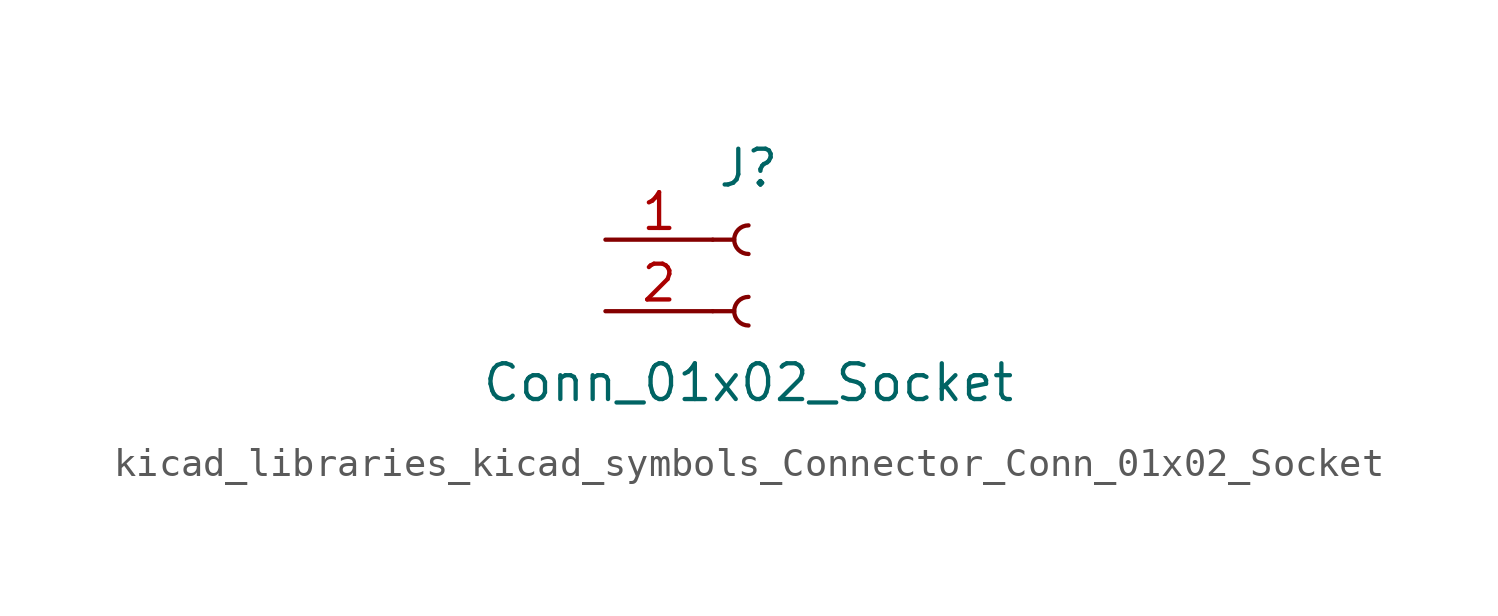
<source format=kicad_sym>
(kicad_symbol_lib
  (version 20220914)
  (generator kicad_symbol_editor)
  (symbol "kicad_libraries_kicad_symbols_Connector_Conn_01x02_Socket"
    (pin_names
      (offset 1.016) hide)
    (property "Reference" "J"
      (at 0 2.54 0)
      (effects (font (size 1.27 1.27))))
    (property "Value" "Conn_01x02_Socket"
      (at 0 -5.08 0)
      (effects (font (size 1.27 1.27))))
    (property "ki_locked" ""
      (at 0 0 0)
      (effects (font (size 1.27 1.27))))
    (symbol "kicad_libraries_kicad_symbols_Connector_Conn_01x02_Socket_1_1"
      (arc (start 0 -2.032) (mid -0.5058 -2.54) (end 0 -3.048) (stroke (width 0.1524) (type default)) (fill (type none)))
      (polyline (pts (xy -1.27 -2.54) (xy -0.508 -2.54)) (stroke (width 0.152) (type default)) (fill (type none)))
      (polyline (pts (xy -1.27 0) (xy -0.508 0)) (stroke (width 0.152) (type default)) (fill (type none)))
      (arc (start 0 0.508) (mid -0.5058 0) (end 0 -0.508) (stroke (width 0.1524) (type default)) (fill (type none)))
      (pin passive line (at -5.08 0 0) (length 3.81) (name "Pin_1" (effects (font (size 1.27 1.27)))) (number "1" (effects (font (size 1.27 1.27)))))
      (pin passive line (at -5.08 -2.54 0) (length 3.81) (name "Pin_2" (effects (font (size 1.27 1.27)))) (number "2" (effects (font (size 1.27 1.27))))))))
</source>
